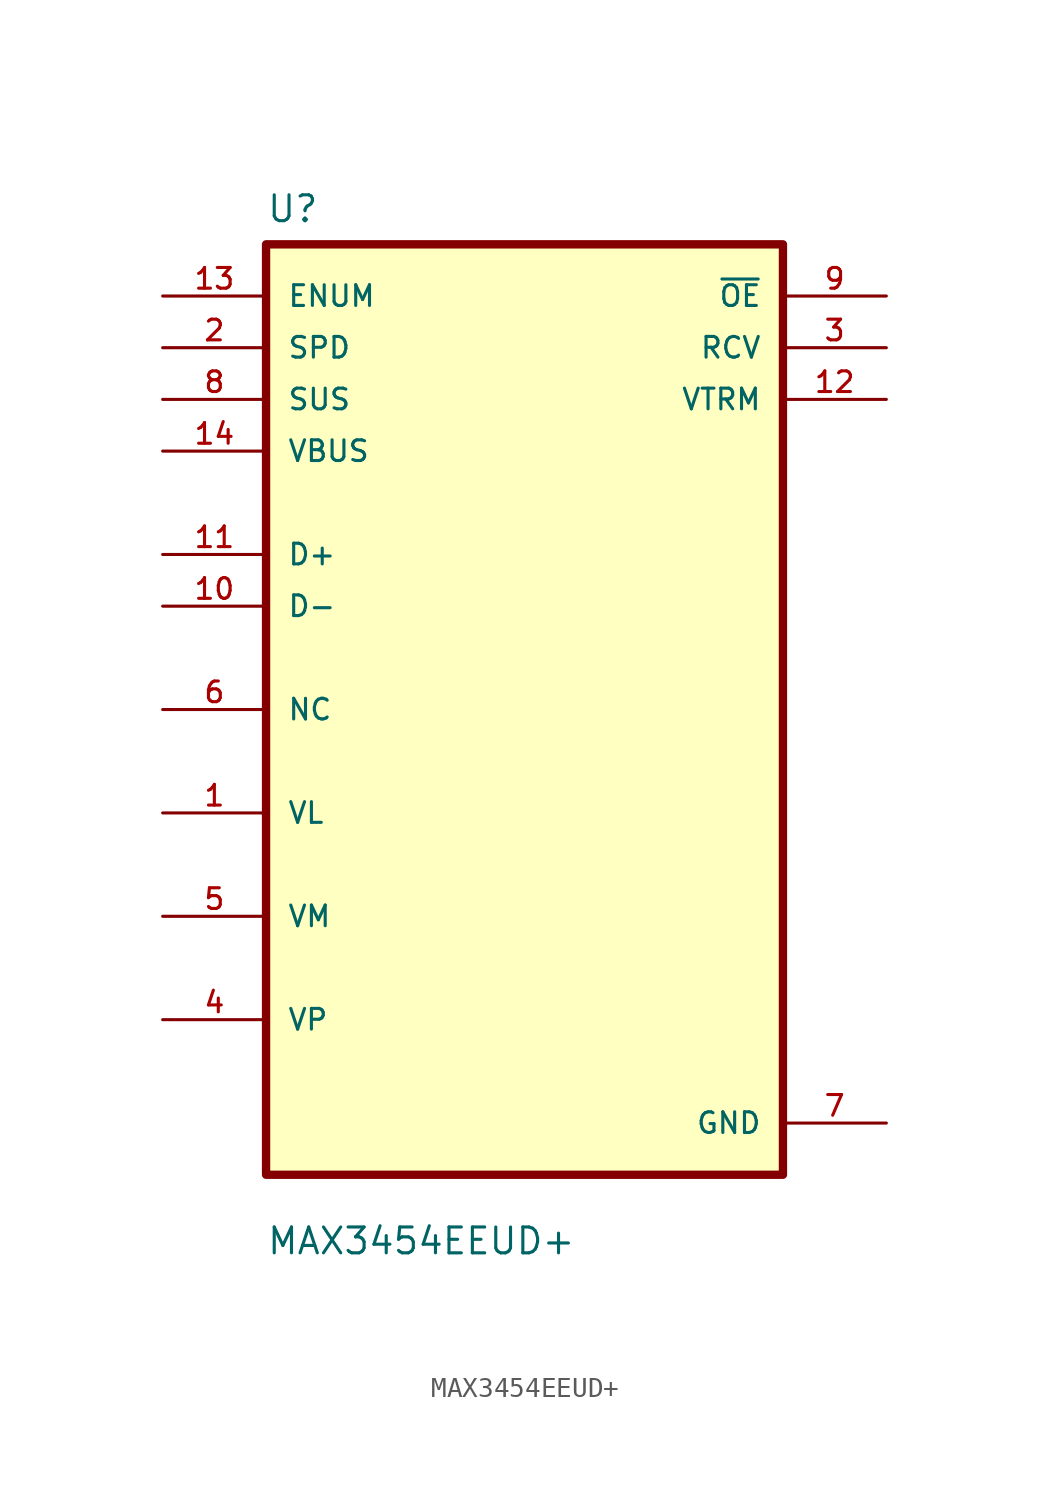
<source format=kicad_sym>
(kicad_symbol_lib
  (version 20211014)
  (generator kicad_symbol_editor)
  (symbol "MAX3454EEUD+"
    (pin_names
      (offset 1.016))
    (property "Reference" "U"
      (at -12.7 23.86 0.0)
      (effects (font (size 1.27 1.27)) (justify bottom left)))
    (property "Value" "MAX3454EEUD+"
      (at -12.7 -26.86 0.0)
      (effects (font (size 1.27 1.27)) (justify bottom left)))
    (symbol "MAX3454EEUD+_0_0"
      (rectangle (start -12.7 -22.86) (end 12.7 22.86) (stroke (width 0.41)) (fill (type background)))
      (pin input line (at -17.78 20.32 0) (length 5.08) (name "ENUM" (effects (font (size 1.016 1.016)))) (number "13" (effects (font (size 1.016 1.016)))))
      (pin input line (at -17.78 17.78 0) (length 5.08) (name "SPD" (effects (font (size 1.016 1.016)))) (number "2" (effects (font (size 1.016 1.016)))))
      (pin input line (at -17.78 15.24 0) (length 5.08) (name "SUS" (effects (font (size 1.016 1.016)))) (number "8" (effects (font (size 1.016 1.016)))))
      (pin input line (at -17.78 12.7 0) (length 5.08) (name "VBUS" (effects (font (size 1.016 1.016)))) (number "14" (effects (font (size 1.016 1.016)))))
      (pin bidirectional line (at -17.78 7.62 0) (length 5.08) (name "D+" (effects (font (size 1.016 1.016)))) (number "11" (effects (font (size 1.016 1.016)))))
      (pin bidirectional line (at -17.78 5.08 0) (length 5.08) (name "D-" (effects (font (size 1.016 1.016)))) (number "10" (effects (font (size 1.016 1.016)))))
      (pin bidirectional line (at -17.78 3.55271e-15 0) (length 5.08) (name "NC" (effects (font (size 1.016 1.016)))) (number "6" (effects (font (size 1.016 1.016)))))
      (pin bidirectional line (at -17.78 -5.08 0) (length 5.08) (name "VL" (effects (font (size 1.016 1.016)))) (number "1" (effects (font (size 1.016 1.016)))))
      (pin bidirectional line (at -17.78 -10.16 0) (length 5.08) (name "VM" (effects (font (size 1.016 1.016)))) (number "5" (effects (font (size 1.016 1.016)))))
      (pin bidirectional line (at -17.78 -15.24 0) (length 5.08) (name "VP" (effects (font (size 1.016 1.016)))) (number "4" (effects (font (size 1.016 1.016)))))
      (pin output line (at 17.78 20.32 180.0) (length 5.08) (name "~{OE}" (effects (font (size 1.016 1.016)))) (number "9" (effects (font (size 1.016 1.016)))))
      (pin output line (at 17.78 17.78 180.0) (length 5.08) (name "RCV" (effects (font (size 1.016 1.016)))) (number "3" (effects (font (size 1.016 1.016)))))
      (pin output line (at 17.78 15.24 180.0) (length 5.08) (name "VTRM" (effects (font (size 1.016 1.016)))) (number "12" (effects (font (size 1.016 1.016)))))
      (pin power_in line (at 17.78 -20.32 180.0) (length 5.08) (name "GND" (effects (font (size 1.016 1.016)))) (number "7" (effects (font (size 1.016 1.016))))))))
</source>
